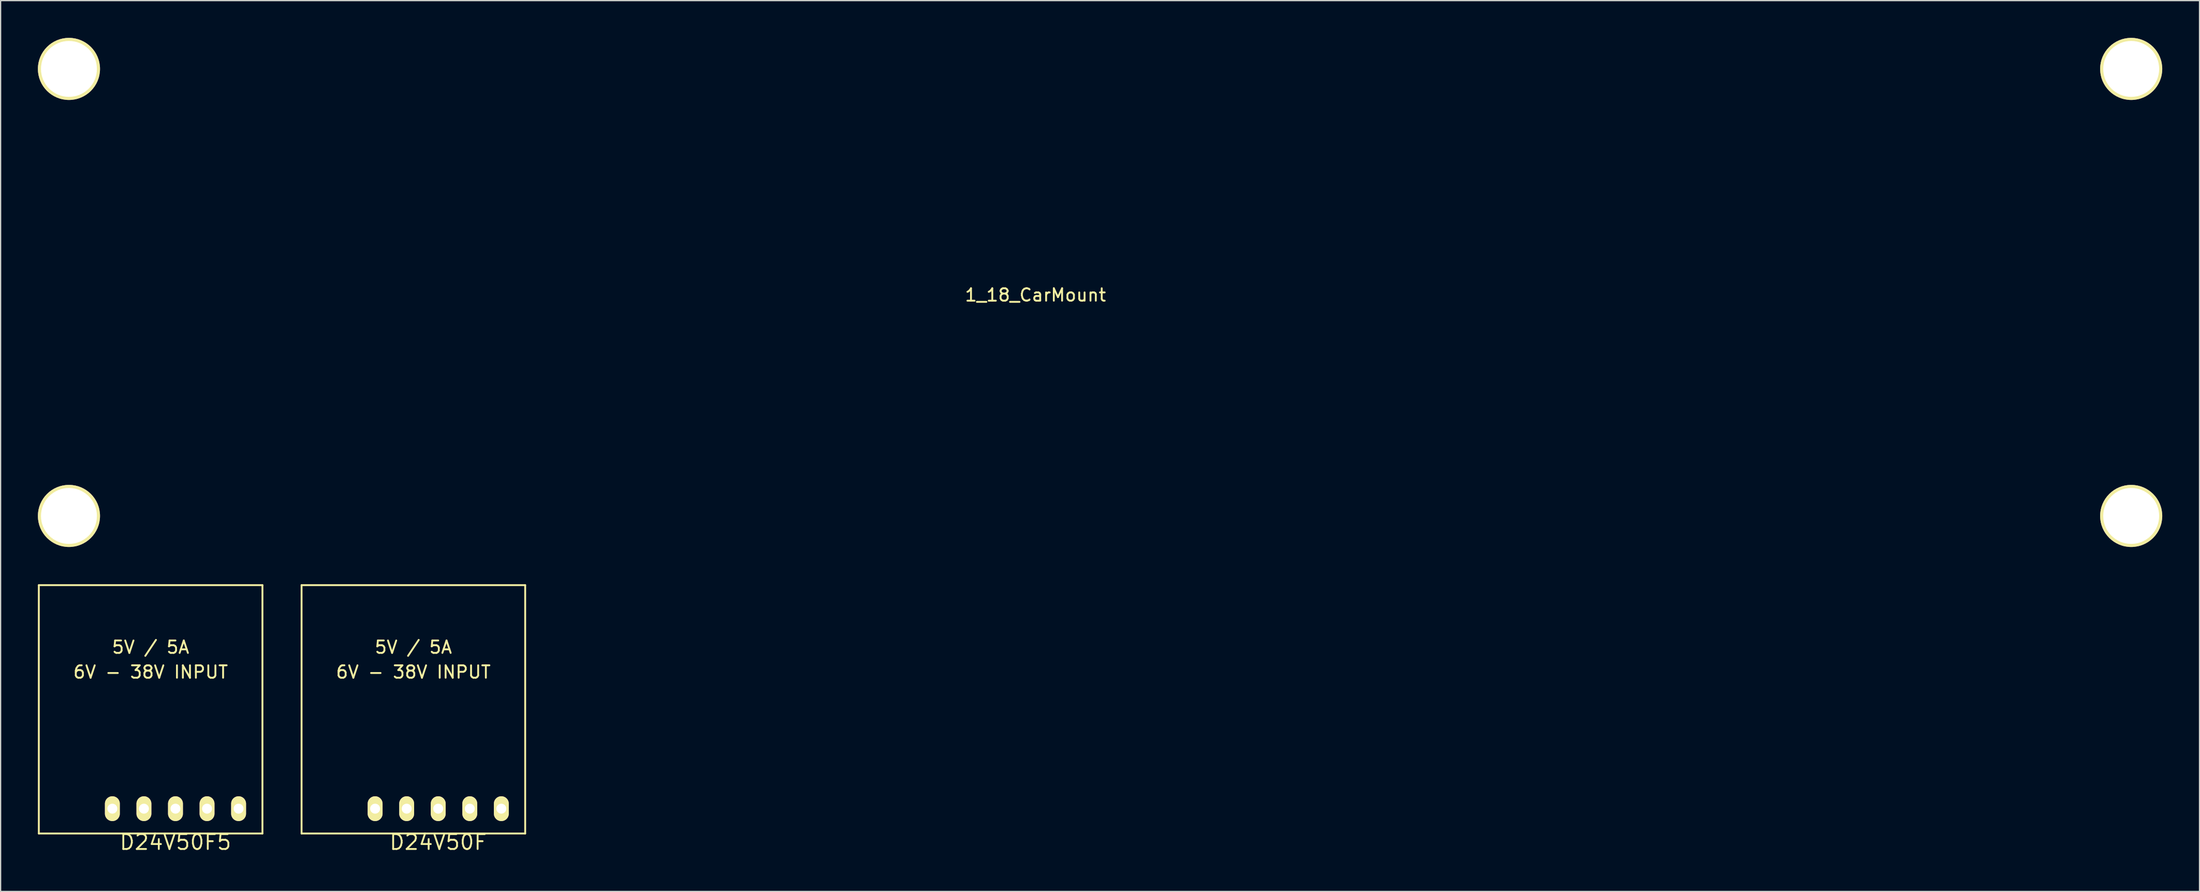
<source format=kicad_pcb>
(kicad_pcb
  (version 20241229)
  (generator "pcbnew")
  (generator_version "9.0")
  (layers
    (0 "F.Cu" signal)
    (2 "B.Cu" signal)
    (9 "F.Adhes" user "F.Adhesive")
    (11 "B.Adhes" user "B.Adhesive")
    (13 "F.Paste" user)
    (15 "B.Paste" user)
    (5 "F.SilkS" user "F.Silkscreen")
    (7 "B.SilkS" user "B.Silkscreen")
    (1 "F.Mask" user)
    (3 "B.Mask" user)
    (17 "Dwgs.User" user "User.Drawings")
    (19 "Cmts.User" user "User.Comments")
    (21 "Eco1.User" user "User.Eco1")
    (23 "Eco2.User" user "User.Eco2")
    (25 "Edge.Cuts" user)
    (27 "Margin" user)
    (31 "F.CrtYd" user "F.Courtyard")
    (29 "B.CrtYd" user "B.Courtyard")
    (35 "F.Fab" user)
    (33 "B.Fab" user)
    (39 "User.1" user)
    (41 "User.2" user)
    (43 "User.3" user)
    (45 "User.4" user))
  (footprint "D24V50F5"
    (layer "F.Cu")
    (at 8.075 59.075)
    (property "Reference" "D24V50F5" (at 3 5.7 0) (layer "F.SilkS") (effects (font (size 1.2 1.2) (thickness 0.15))))
    (attr through_hole)
    (fp_line (start -8 5) (end -8 -15) (stroke (width 0.15) (type solid)) (layer "F.SilkS"))
    (fp_line (start 10 -15) (end -8 -15) (stroke (width 0.15) (type solid)) (layer "F.SilkS"))
    (fp_line (start 10 5) (end -8 5) (stroke (width 0.15) (type solid)) (layer "F.SilkS"))
    (fp_line (start 10 5) (end 10 -15) (stroke (width 0.15) (type solid)) (layer "F.SilkS"))
    (fp_text user "6V - 38V INPUT" (at 1 -8 0) (layer "F.SilkS") (effects (font (size 1 1) (thickness 0.15))))
    (fp_text user "5V / 5A" (at 1 -10 0) (layer "F.SilkS") (effects (font (size 1 1) (thickness 0.15))))
    (pad "1" thru_hole oval (at -2.08 3) (size 1.2 2) (drill 0.8) (layers "*.Cu" "*.Mask" "F.SilkS"))
    (pad "2" thru_hole oval (at 0.46 3) (size 1.2 2) (drill 0.8) (layers "*.Cu" "*.Mask" "F.SilkS"))
    (pad "3" thru_hole oval (at 3 3) (size 1.2 2) (drill 0.8) (layers "*.Cu" "*.Mask" "F.SilkS"))
    (pad "4" thru_hole oval (at 5.54 3) (size 1.2 2) (drill 0.8) (layers "*.Cu" "*.Mask" "F.SilkS"))
    (pad "5" thru_hole oval (at 8.08 3) (size 1.2 2) (drill 0.8) (layers "*.Cu" "*.Mask" "F.SilkS")))
  (footprint "D24V50F"
    (layer "F.Cu")
    (at 29.225 59.075)
    (property "Reference" "D24V50F" (at 3 5.7 0) (layer "F.SilkS") (effects (font (size 1.2 1.2) (thickness 0.15))))
    (attr through_hole)
    (fp_line (start -8 5) (end -8 -15) (stroke (width 0.15) (type solid)) (layer "F.SilkS"))
    (fp_line (start 10 -15) (end -8 -15) (stroke (width 0.15) (type solid)) (layer "F.SilkS"))
    (fp_line (start 10 5) (end -8 5) (stroke (width 0.15) (type solid)) (layer "F.SilkS"))
    (fp_line (start 10 5) (end 10 -15) (stroke (width 0.15) (type solid)) (layer "F.SilkS"))
    (fp_text user "6V - 38V INPUT" (at 1 -8 0) (layer "F.SilkS") (effects (font (size 1 1) (thickness 0.15))))
    (fp_text user "5V / 5A" (at 1 -10 0) (layer "F.SilkS") (effects (font (size 1 1) (thickness 0.15))))
    (pad "1" thru_hole oval (at -2.08 3) (size 1.2 2) (drill 0.8) (layers "*.Cu" "*.Mask" "F.SilkS"))
    (pad "2" thru_hole oval (at 0.46 3) (size 1.2 2) (drill 0.8) (layers "*.Cu" "*.Mask" "F.SilkS"))
    (pad "3" thru_hole oval (at 3 3) (size 1.2 2) (drill 0.8) (layers "*.Cu" "*.Mask" "F.SilkS"))
    (pad "4" thru_hole oval (at 5.54 3) (size 1.2 2) (drill 0.8) (layers "*.Cu" "*.Mask" "F.SilkS"))
    (pad "5" thru_hole oval (at 8.08 3) (size 1.2 2) (drill 0.8) (layers "*.Cu" "*.Mask" "F.SilkS")))
  (footprint "1_18_CarMount"
    (layer "F.Cu")
    (at 80.3 20.21)
    (property "Reference" "1_18_CarMount" (at 0 0.5 0) (layer "F.SilkS") (effects (font (size 1 1) (thickness 0.15))))
    (attr through_hole)
    (pad "1" thru_hole circle (at -77.8 -17.71) (size 5 5) (drill 4.5) (layers "*.Cu" "*.Mask" "F.SilkS"))
    (pad "1" thru_hole circle (at -77.8 18.29) (size 5 5) (drill 4.5) (layers "*.Cu" "*.Mask" "F.SilkS"))
    (pad "1" thru_hole circle (at 88.2 -17.71) (size 5 5) (drill 4.5) (layers "*.Cu" "*.Mask" "F.SilkS"))
    (pad "1" thru_hole circle (at 88.2 18.29) (size 5 5) (drill 4.5) (layers "*.Cu" "*.Mask" "F.SilkS")))
  (gr_rect
    (start -3 -3)
    (end 174 68.74)
    (stroke (width 0.1) (type default))
    (fill no)
    (layer "Edge.Cuts")))
</source>
